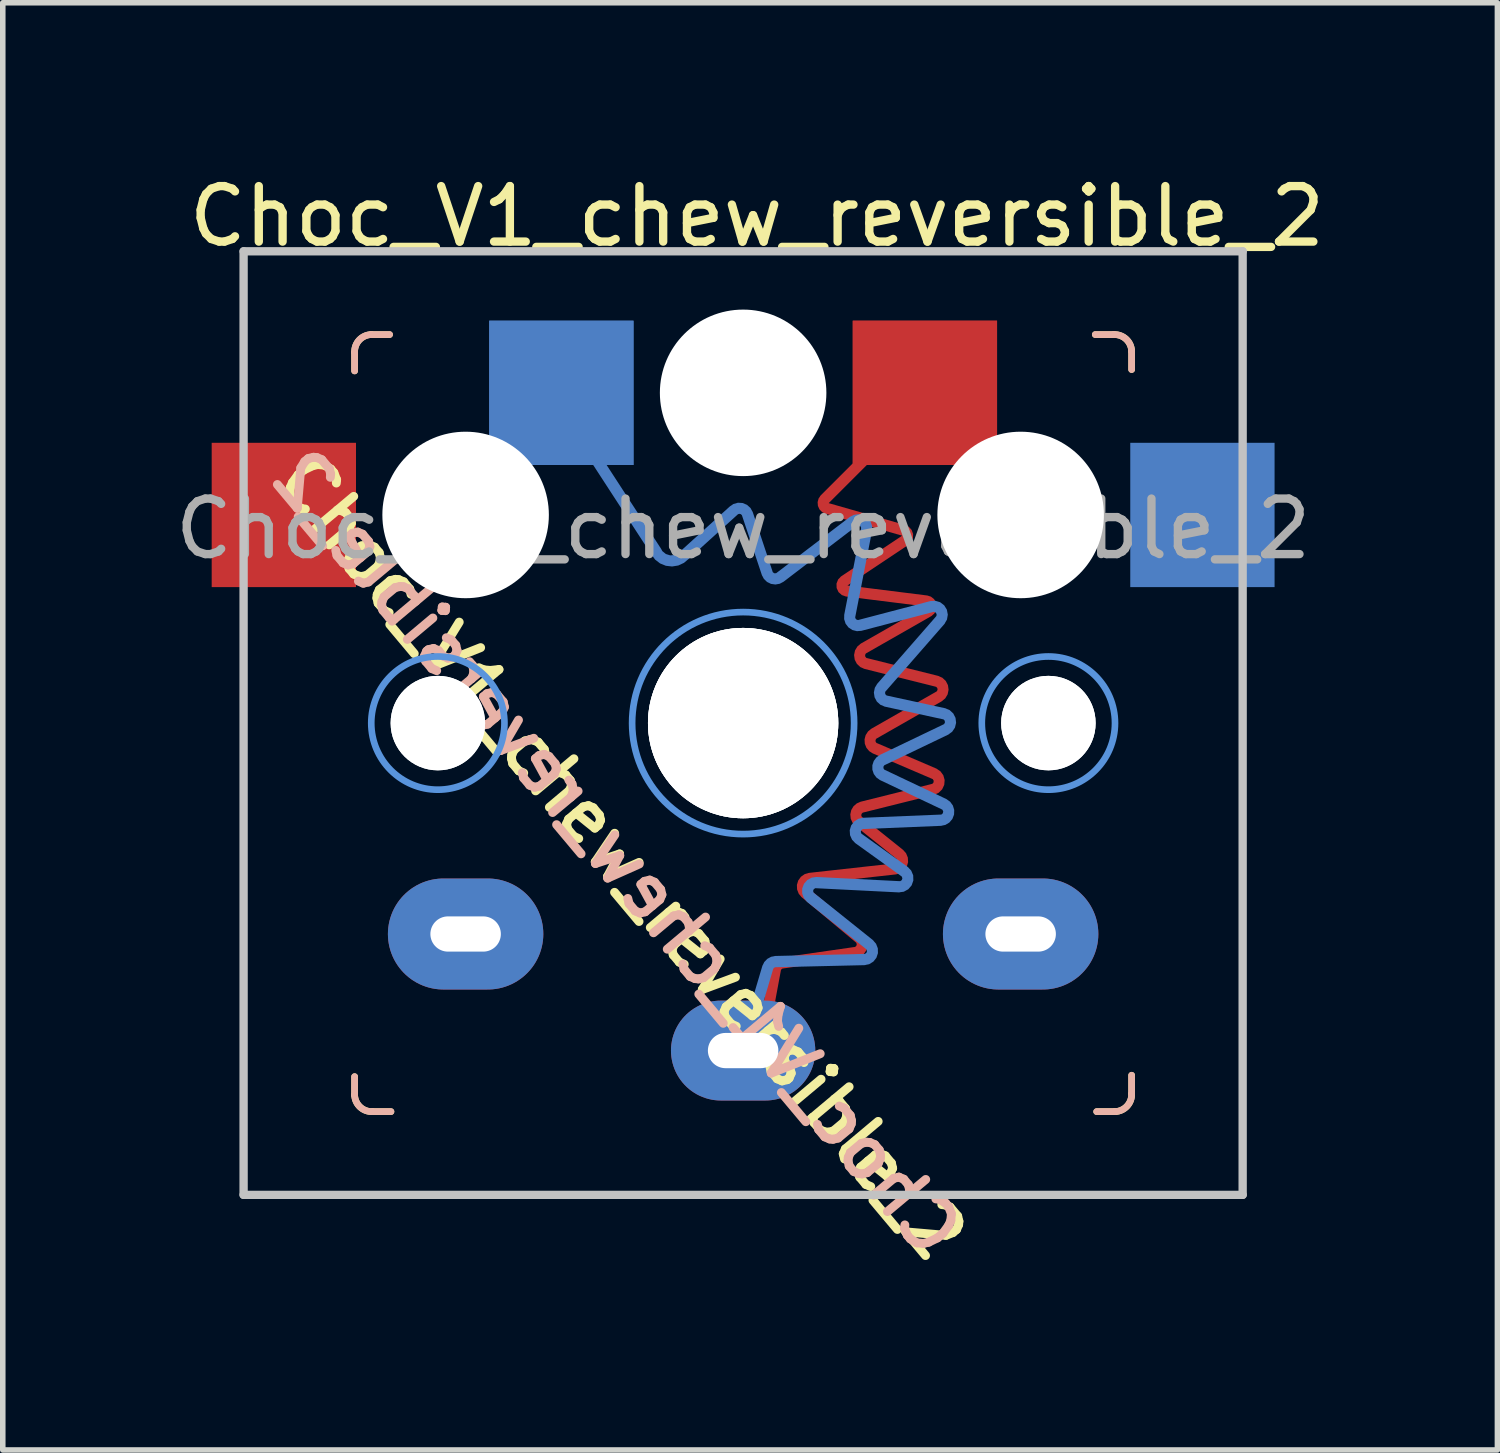
<source format=kicad_pcb>
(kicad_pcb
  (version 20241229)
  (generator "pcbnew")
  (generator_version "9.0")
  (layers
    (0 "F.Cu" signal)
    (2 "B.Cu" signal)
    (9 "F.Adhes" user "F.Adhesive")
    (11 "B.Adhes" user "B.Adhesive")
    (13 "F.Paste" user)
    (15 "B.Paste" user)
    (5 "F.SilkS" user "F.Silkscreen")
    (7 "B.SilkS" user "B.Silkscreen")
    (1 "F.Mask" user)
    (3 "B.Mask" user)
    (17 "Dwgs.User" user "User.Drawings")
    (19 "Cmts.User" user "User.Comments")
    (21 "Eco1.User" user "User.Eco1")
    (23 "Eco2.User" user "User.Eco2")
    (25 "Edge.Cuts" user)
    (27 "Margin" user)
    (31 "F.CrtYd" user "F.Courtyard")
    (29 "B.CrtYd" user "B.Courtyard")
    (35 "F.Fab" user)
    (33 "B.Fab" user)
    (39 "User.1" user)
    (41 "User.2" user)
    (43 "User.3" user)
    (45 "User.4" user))
  (footprint "Choc_V1_chew_reversible_2"
    (layer "F.Cu")
    (at 10.339 9.978)
    (property "Reference" "Choc_V1_chew_reversible_2" (at 0.25 -9.13 0) (layer "F.SilkS") (effects (font (size 1 1) (thickness 0.15))))
    (attr through_hole)
    (fp_line (start -7 -6.675) (end -7 -6.345) (stroke (width 0.12) (type solid)) (layer "F.SilkS"))
    (fp_line (start -7 6.7) (end -7 6.37) (stroke (width 0.12) (type solid)) (layer "F.SilkS"))
    (fp_line (start -6.7 -7) (end -6.37 -7) (stroke (width 0.12) (type solid)) (layer "F.SilkS"))
    (fp_line (start -6.675 7) (end -6.345 7) (stroke (width 0.12) (type solid)) (layer "F.SilkS"))
    (fp_line (start 6.675 -7) (end 6.345 -7) (stroke (width 0.12) (type solid)) (layer "F.SilkS"))
    (fp_line (start 6.7 7) (end 6.37 7) (stroke (width 0.12) (type solid)) (layer "F.SilkS"))
    (fp_line (start 7 -6.7) (end 7 -6.37) (stroke (width 0.12) (type solid)) (layer "F.SilkS"))
    (fp_line (start 7 6.675) (end 7 6.345) (stroke (width 0.12) (type solid)) (layer "F.SilkS"))
    (fp_arc (start -7.000002 -6.679998) (mid -6.916276 -6.902132) (end -6.7 -7) (stroke (width 0.12) (type solid)) (layer "F.SilkS"))
    (fp_arc (start -6.679999 7.000001) (mid -6.902133 6.916275) (end -7.000001 6.699999) (stroke (width 0.12) (type solid)) (layer "F.SilkS"))
    (fp_arc (start 6.679998 -7.000002) (mid 6.902132 -6.916277) (end 7 -6.7) (stroke (width 0.12) (type solid)) (layer "F.SilkS"))
    (fp_arc (start 7.000002 6.679998) (mid 6.916277 6.902132) (end 6.7 7) (stroke (width 0.12) (type solid)) (layer "F.SilkS"))
    (fp_line (start -7 -6.675) (end -7 -6.345) (stroke (width 0.12) (type solid)) (layer "B.SilkS"))
    (fp_line (start -7 6.7) (end -7 6.37) (stroke (width 0.12) (type solid)) (layer "B.SilkS"))
    (fp_line (start -6.7 -7) (end -6.37 -7) (stroke (width 0.12) (type solid)) (layer "B.SilkS"))
    (fp_line (start -6.675 7) (end -6.345 7) (stroke (width 0.12) (type solid)) (layer "B.SilkS"))
    (fp_line (start 6.675 -7) (end 6.345 -7) (stroke (width 0.12) (type solid)) (layer "B.SilkS"))
    (fp_line (start 6.7 7) (end 6.37 7) (stroke (width 0.12) (type solid)) (layer "B.SilkS"))
    (fp_line (start 7 -6.7) (end 7 -6.37) (stroke (width 0.12) (type solid)) (layer "B.SilkS"))
    (fp_line (start 7 6.675) (end 7 6.345) (stroke (width 0.12) (type solid)) (layer "B.SilkS"))
    (fp_arc (start -7.000002 -6.679998) (mid -6.916276 -6.902132) (end -6.7 -7) (stroke (width 0.12) (type solid)) (layer "B.SilkS"))
    (fp_arc (start -6.679999 7.000001) (mid -6.902133 6.916275) (end -7.000001 6.699999) (stroke (width 0.12) (type solid)) (layer "B.SilkS"))
    (fp_arc (start 6.679998 -7.000002) (mid 6.902132 -6.916277) (end 7 -6.7) (stroke (width 0.12) (type solid)) (layer "B.SilkS"))
    (fp_arc (start 7.000002 6.679998) (mid 6.916277 6.902132) (end 6.7 7) (stroke (width 0.12) (type solid)) (layer "B.SilkS"))
    (fp_line (start -9 -8.5) (end -9 8.5) (stroke (width 0.15) (type solid)) (layer "Dwgs.User"))
    (fp_line (start -9 8.5) (end 9 8.5) (stroke (width 0.15) (type solid)) (layer "Dwgs.User"))
    (fp_line (start 9 -8.5) (end -9 -8.5) (stroke (width 0.15) (type solid)) (layer "Dwgs.User"))
    (fp_line (start 9 -8.5) (end 9 8.5) (stroke (width 0.15) (type solid)) (layer "Dwgs.User"))
    (fp_circle (center -5.5 0) (end -6.7 0) (stroke (width 0.12) (type solid)) (fill no) (layer "Cmts.User"))
    (fp_circle (center 0 0) (end -2 0) (stroke (width 0.12) (type solid)) (fill no) (layer "Cmts.User"))
    (fp_circle (center 5.5 0) (end 4.3 0) (stroke (width 0.12) (type solid)) (fill no) (layer "Cmts.User"))
    (fp_text user "${REFERENCE}" (at -2.2 2.42 130) (layer "F.SilkS") (effects (font (size 0.9 0.9) (thickness 0.16))))
    (fp_text user "${REFERENCE}" (at -2.28 2.35 130) (layer "B.SilkS") (effects (font (size 0.9 0.9) (thickness 0.16)) (justify mirror)))
    (fp_text user "${REFERENCE}" (at 0 -3.5 180) (layer "F.Fab") (effects (font (size 1 1) (thickness 0.15))))
    (pad "" np_thru_hole circle (at -5.5 0 180) (size 1.702 1.702) (drill 1.702) (layers "*.Cu" "*.Mask"))
    (pad "" np_thru_hole circle (at -5.5 0 358) (size 1.702 1.702) (drill 1.702) (layers "*.Cu" "*.Mask"))
    (pad "" np_thru_hole circle (at -5 -3.75 180) (size 3 3) (drill 3) (layers "*.Cu" "*.Mask"))
    (pad "" np_thru_hole circle (at 0 -5.95 180) (size 3 3) (drill 3) (layers "*.Cu" "*.Mask"))
    (pad "" np_thru_hole circle (at 0 0 2) (size 3.429 3.429) (drill 3.429) (layers "*.Cu" "*.Mask"))
    (pad "" np_thru_hole circle (at 0 0 358) (size 3.429 3.429) (drill 3.429) (layers "*.Cu" "*.Mask"))
    (pad "" np_thru_hole circle (at 0 0 180) (size 3.429 3.429) (drill 3.429) (layers "*.Cu" "*.Mask"))
    (pad "" np_thru_hole circle (at 5 -3.75 180) (size 3 3) (drill 3) (layers "*.Cu" "*.Mask"))
    (pad "" np_thru_hole circle (at 5.5 0 358) (size 1.702 1.702) (drill 1.702) (layers "*.Cu" "*.Mask"))
    (pad "" np_thru_hole circle (at 5.5 0 180) (size 1.702 1.702) (drill 1.702) (layers "*.Cu" "*.Mask"))
    (pad "1" smd rect (at -3.275 -5.95 180) (size 2.6 2.6) (layers "B.Cu" "B.Mask" "B.Paste"))
    (pad "1" smd custom (at -3.275 -5.95 180) (size 2.6 2.6) (layers "B.Cu") (options (anchor rect)) (primitives (gr_line (start -0.27 -0.647) (end -1.711 -2.864) (width 0.203)) (gr_arc (start -2.219648 -2.921883) (mid -1.95 -3.025) (end -1.710523 -2.863772) (width 0.2032)) (gr_line (start -2.22 -2.922) (end -3.101 -2.124) (width 0.203)) (gr_arc (start -3.100636 -2.124364) (mid -3.243413 -2.083804) (end -3.352978 -2.183934) (width 0.2032)) (gr_line (start -3.353 -2.184) (end -3.708 -3.248) (width 0.203)) (gr_arc (start -3.944602 -3.320443) (mid -3.807291 -3.345001) (end -3.707509 -3.247528) (width 0.2032)) (gr_line (start -3.945 -3.32) (end -5.256 -2.319) (width 0.203)) (gr_arc (start -5.255911 -2.318748) (mid -5.42882 -2.310393) (end -5.497995 -2.469083) (width 0.2032)) (gr_line (start -5.498 -2.469) (end -5.197 -4.012) (width 0.203)) (gr_arc (start -5.384825 -4.188358) (mid -5.241857 -4.152094) (end -5.196559 -4.011726) (width 0.2032)) (gr_line (start -5.385 -4.188) (end -6.67 -3.851) (width 0.203)) (gr_arc (start -6.670298 -3.850922) (mid -6.838543 -3.918035) (end -6.823785 -4.098569) (width 0.2032)) (gr_line (start -5.77 -5.306) (end -6.824 -4.099) (width 0.203)) (gr_arc (start -5.852134 -5.554812) (mid -5.739813 -5.453753) (end -5.769715 -5.305649) (width 0.2032)) (gr_line (start -5.852 -5.555) (end -6.891 -5.781) (width 0.203)) (gr_arc (start -6.891027 -5.780658) (mid -7.010017 -5.911864) (end -6.92454 -6.067001) (width 0.2032)) (gr_line (start -5.788 -6.612) (end -6.925 -6.067) (width 0.203)) (gr_arc (start -5.788725 -6.886959) (mid -5.70164 -6.749581) (end -5.788154 -6.611844) (width 0.2032)) (gr_line (start -5.789 -6.887) (end -6.892 -7.41) (width 0.203)) (gr_arc (start -6.891831 -7.410228) (mid -6.975829 -7.578354) (end -6.83273 -7.700195) (width 0.2032)) (gr_line (start -5.442 -7.757) (end -6.833 -7.7) (width 0.203)) (gr_arc (start -5.358952 -8.032997) (mid -5.301916 -7.865491) (end -5.441683 -7.756972) (width 0.2032)) (gr_line (start -6.18 -8.623) (end -5.359 -8.033) (width 0.203)) (gr_arc (start -6.179738 -8.622937) (mid -6.234635 -8.797058) (end -6.083105 -8.898894) (width 0.2032)) (gr_line (start -4.597 -8.824) (end -6.083 -8.899) (width 0.203)) (gr_arc (start -4.49379 -9.095032) (mid -4.446501 -8.921969) (end -4.596681 -8.823822) (width 0.2032)) (gr_line (start -5.548 -9.938) (end -4.494 -9.095) (width 0.203)) (gr_arc (start -5.548107 -9.938485) (mid -5.597295 -10.10624) (end -5.456488 -10.209847) (width 0.2032)) (gr_line (start -3.861 -10.247) (end -5.456 -10.21) (width 0.203)) (gr_arc (start -3.71842 -10.356375) (mid -3.77194 -10.27869) (end -3.860933 -10.24739) (width 0.2032)) (gr_line (start -3.275 -11.85) (end -3.718 -10.356) (width 0.203))))
    (pad "1" thru_hole oval (at 0 5.9 180) (size 2.6 1.8) (drill oval 1.27 0.635) (layers "*.Cu" "*.Mask"))
    (pad "1" smd rect (at 3.275 -5.95 180) (size 2.6 2.6) (layers "F.Cu" "F.Mask" "F.Paste"))
    (pad "1" smd custom (at 3.275 -5.95 180) (size 2.6 2.6) (layers "F.Cu") (options (anchor rect)) (primitives (gr_line (start 1.805 -1.917) (end 0.425 -0.537) (width 0.2)) (gr_arc (start 1.761349 -2.083439) (mid 1.830699 -2.01236) (end 1.804588 -1.916576) (width 0.2)) (gr_line (start 0.383 -2.477) (end 1.761 -2.083) (width 0.2)) (gr_arc (start 0.382686 -2.477343) (mid 0.311398 -2.558052) (end 0.354688 -2.656701) (width 0.2)) (gr_line (start 1.451 -3.388) (end 0.355 -2.657) (width 0.2)) (gr_arc (start 1.408054 -3.570089) (mid 1.492995 -3.493832) (end 1.451121 -3.387656) (width 0.2)) (gr_line (start -0.028 -3.75) (end 1.408 -3.57) (width 0.2)) (gr_arc (start -0.027554 -3.74954) (mid -0.113181 -3.829147) (end -0.064765 -3.935592) (width 0.2)) (gr_line (start -0.065 -3.936) (end 1.101 -4.602) (width 0.2)) (gr_arc (start 1.062593 -4.877292) (mid 1.174861 -4.75226) (end 1.100634 -4.601534) (width 0.2)) (gr_line (start 1.063 -4.877) (end -0.213 -5.196) (width 0.2)) (gr_arc (start -0.213069 -5.196208) (mid -0.325337 -5.32124) (end -0.25111 -5.471966) (width 0.2)) (gr_line (start -0.251 -5.472) (end 0.913 -6.137) (width 0.2)) (gr_arc (start 0.897892 -6.405409) (mid 0.988523 -6.276108) (end 0.913225 -6.1373) (width 0.2)) (gr_line (start 0.898 -6.405) (end -0.166 -6.861) (width 0.2)) (gr_arc (start -0.165972 -6.86135) (mid -0.256404 -7.011224) (end -0.143264 -7.144743) (width 0.2)) (gr_line (start -0.143 -7.145) (end 1.131 -7.463) (width 0.2)) (gr_arc (start 1.188266 -7.725946) (mid 1.241083 -7.576857) (end 1.130942 -7.463295) (width 0.2)) (gr_line (start 1.188 -7.726) (end 0.458 -8.311) (width 0.2)) (gr_arc (start 0.45754 -8.310528) (mid 0.407184 -8.4694) (end 0.534679 -8.576741) (width 0.2)) (gr_line (start 0.535 -8.577) (end 2.075 -8.748) (width 0.2)) (gr_arc (start 2.154247 -9.012179) (mid 2.20188 -8.853767) (end 2.074784 -8.747864) (width 0.2)) (gr_line (start 2.154 -9.012) (end 1.184 -9.821) (width 0.2)) (gr_arc (start 1.183972 -9.820742) (mid 1.135702 -9.976889) (end 1.258786 -10.084468) (width 0.2)) (gr_line (start 1.259 -10.084) (end 2.568 -10.272) (width 0.2)) (gr_arc (start 2.694381 -10.392692) (mid 2.650737 -10.31179) (end 2.568102 -10.271513) (width 0.2)) (gr_line (start 2.694 -10.393) (end 2.925 -11.637) (width 0.2))))
    (pad "2" smd rect (at -8.275 -3.75 180) (size 2.6 2.6) (layers "F.Cu" "F.Mask" "F.Paste"))
    (pad "2" thru_hole oval (at -5 3.8 180) (size 2.8 2) (drill oval 1.27 0.635) (layers "*.Cu" "*.Mask"))
    (pad "2" thru_hole oval (at 5 3.8 180) (size 2.8 2) (drill oval 1.27 0.635) (layers "*.Cu" "*.Mask"))
    (pad "2" smd rect (at 8.275 -3.75 180) (size 2.6 2.6) (layers "B.Cu" "B.Mask" "B.Paste")))
  (gr_rect
    (start -3 -3)
    (end 23.929 23.074)
    (stroke (width 0.1) (type default))
    (fill no)
    (layer "Edge.Cuts")))
</source>
